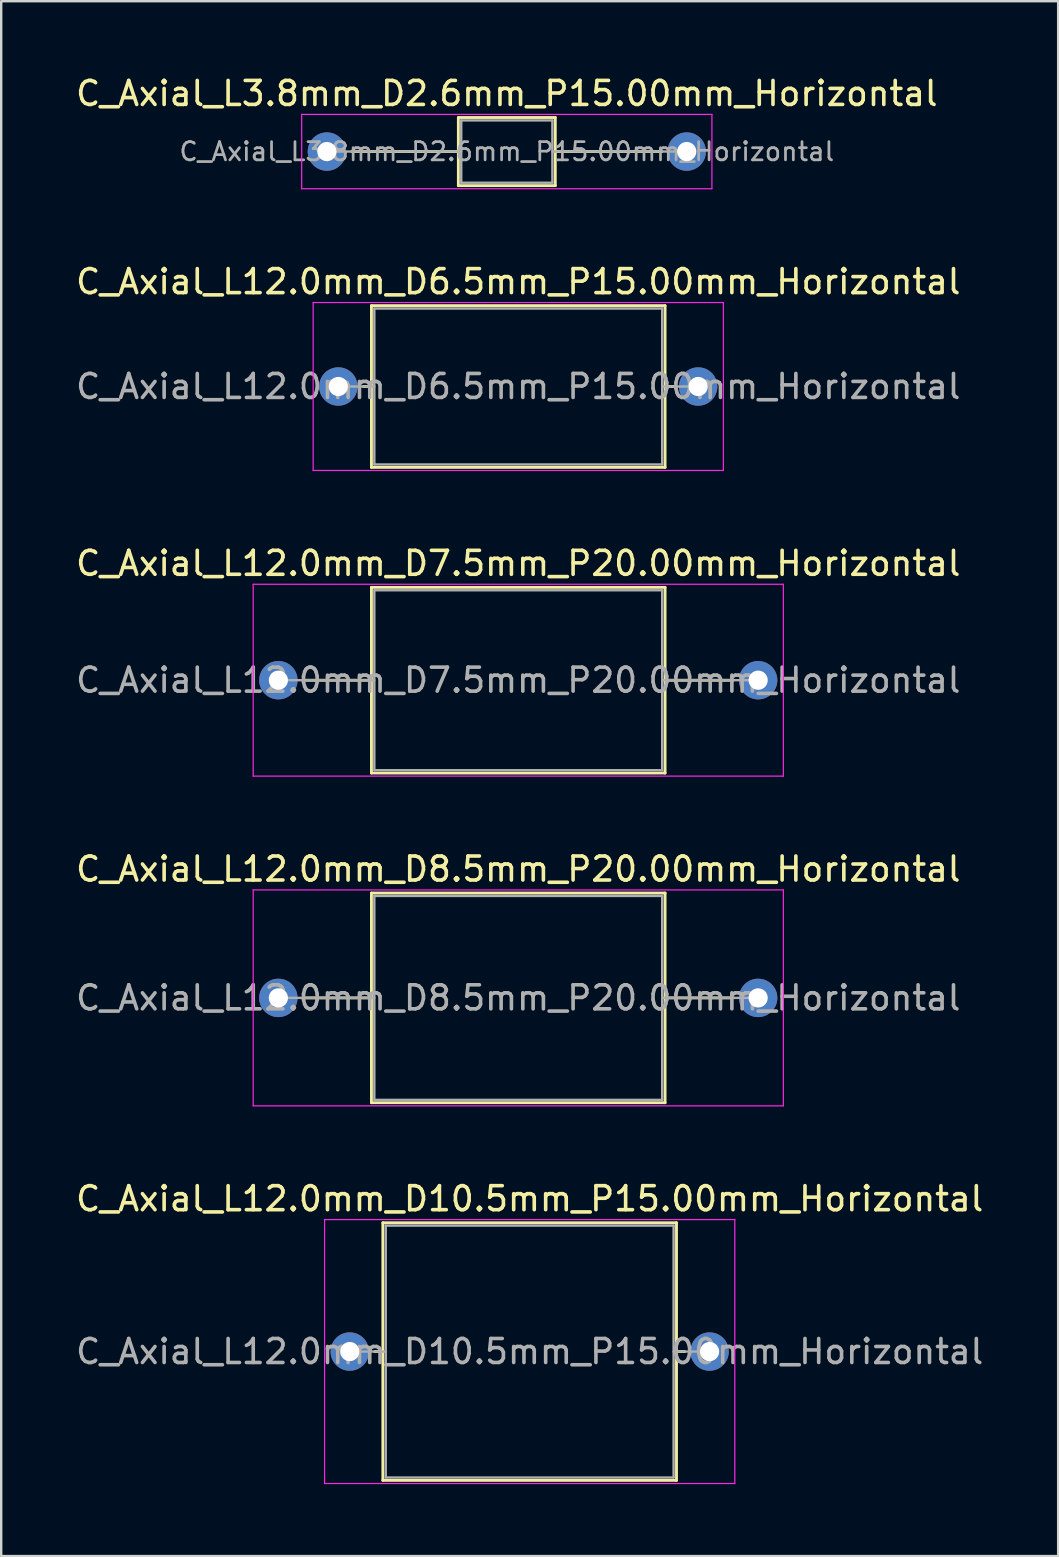
<source format=kicad_pcb>
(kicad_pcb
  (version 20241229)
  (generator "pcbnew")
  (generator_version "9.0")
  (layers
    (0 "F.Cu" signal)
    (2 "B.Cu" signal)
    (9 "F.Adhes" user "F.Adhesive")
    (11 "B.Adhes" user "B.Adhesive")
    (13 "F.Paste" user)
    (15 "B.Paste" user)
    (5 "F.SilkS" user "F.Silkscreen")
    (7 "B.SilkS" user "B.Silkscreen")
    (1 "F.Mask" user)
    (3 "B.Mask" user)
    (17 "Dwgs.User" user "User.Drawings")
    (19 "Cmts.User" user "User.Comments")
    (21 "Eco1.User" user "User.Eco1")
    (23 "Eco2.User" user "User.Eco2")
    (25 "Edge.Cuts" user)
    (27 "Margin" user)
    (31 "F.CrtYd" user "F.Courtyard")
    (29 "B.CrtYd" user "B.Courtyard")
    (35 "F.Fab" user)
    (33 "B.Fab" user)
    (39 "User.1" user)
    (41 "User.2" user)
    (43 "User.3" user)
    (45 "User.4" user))
  (footprint "C_Axial_L12.0mm_D7.5mm_P20.00mm_Horizontal"
    (layer "F.Cu")
    (at 8.554 25.305)
    (property "Reference" "C_Axial_L12.0mm_D7.5mm_P20.00mm_Horizontal" (at 10 -4.87 0) (layer "F.SilkS") (effects (font (size 1 1) (thickness 0.15))))
    (attr through_hole)
    (fp_line (start 1.04 0) (end 3.88 0) (stroke (width 0.12) (type solid)) (layer "F.SilkS"))
    (fp_line (start 3.88 -3.87) (end 3.88 3.87) (stroke (width 0.12) (type solid)) (layer "F.SilkS"))
    (fp_line (start 3.88 3.87) (end 16.12 3.87) (stroke (width 0.12) (type solid)) (layer "F.SilkS"))
    (fp_line (start 16.12 -3.87) (end 3.88 -3.87) (stroke (width 0.12) (type solid)) (layer "F.SilkS"))
    (fp_line (start 16.12 3.87) (end 16.12 -3.87) (stroke (width 0.12) (type solid)) (layer "F.SilkS"))
    (fp_line (start 18.96 0) (end 16.12 0) (stroke (width 0.12) (type solid)) (layer "F.SilkS"))
    (fp_line (start -1.05 -4) (end -1.05 4) (stroke (width 0.05) (type solid)) (layer "F.CrtYd"))
    (fp_line (start -1.05 4) (end 21.05 4) (stroke (width 0.05) (type solid)) (layer "F.CrtYd"))
    (fp_line (start 21.05 -4) (end -1.05 -4) (stroke (width 0.05) (type solid)) (layer "F.CrtYd"))
    (fp_line (start 21.05 4) (end 21.05 -4) (stroke (width 0.05) (type solid)) (layer "F.CrtYd"))
    (fp_line (start 0 0) (end 4 0) (stroke (width 0.1) (type solid)) (layer "F.Fab"))
    (fp_line (start 4 -3.75) (end 4 3.75) (stroke (width 0.1) (type solid)) (layer "F.Fab"))
    (fp_line (start 4 3.75) (end 16 3.75) (stroke (width 0.1) (type solid)) (layer "F.Fab"))
    (fp_line (start 16 -3.75) (end 4 -3.75) (stroke (width 0.1) (type solid)) (layer "F.Fab"))
    (fp_line (start 16 3.75) (end 16 -3.75) (stroke (width 0.1) (type solid)) (layer "F.Fab"))
    (fp_line (start 20 0) (end 16 0) (stroke (width 0.1) (type solid)) (layer "F.Fab"))
    (fp_text user "${REFERENCE}" (at 10 0 0) (layer "F.Fab") (effects (font (size 1 1) (thickness 0.15))))
    (pad "1" thru_hole circle (at 0 0) (size 1.6 1.6) (drill 0.8) (layers "*.Cu" "*.Mask"))
    (pad "2" thru_hole oval (at 20 0) (size 1.6 1.6) (drill 0.8) (layers "*.Cu" "*.Mask")))
  (footprint "C_Axial_L12.0mm_D10.5mm_P15.00mm_Horizontal"
    (layer "F.Cu")
    (at 11.53 53.291)
    (property "Reference" "C_Axial_L12.0mm_D10.5mm_P15.00mm_Horizontal" (at 7.5 -6.37 0) (layer "F.SilkS") (effects (font (size 1 1) (thickness 0.15))))
    (attr through_hole)
    (fp_line (start 1.04 0) (end 1.38 0) (stroke (width 0.12) (type solid)) (layer "F.SilkS"))
    (fp_line (start 1.38 -5.37) (end 1.38 5.37) (stroke (width 0.12) (type solid)) (layer "F.SilkS"))
    (fp_line (start 1.38 5.37) (end 13.62 5.37) (stroke (width 0.12) (type solid)) (layer "F.SilkS"))
    (fp_line (start 13.62 -5.37) (end 1.38 -5.37) (stroke (width 0.12) (type solid)) (layer "F.SilkS"))
    (fp_line (start 13.62 5.37) (end 13.62 -5.37) (stroke (width 0.12) (type solid)) (layer "F.SilkS"))
    (fp_line (start 13.96 0) (end 13.62 0) (stroke (width 0.12) (type solid)) (layer "F.SilkS"))
    (fp_line (start -1.05 -5.5) (end -1.05 5.5) (stroke (width 0.05) (type solid)) (layer "F.CrtYd"))
    (fp_line (start -1.05 5.5) (end 16.05 5.5) (stroke (width 0.05) (type solid)) (layer "F.CrtYd"))
    (fp_line (start 16.05 -5.5) (end -1.05 -5.5) (stroke (width 0.05) (type solid)) (layer "F.CrtYd"))
    (fp_line (start 16.05 5.5) (end 16.05 -5.5) (stroke (width 0.05) (type solid)) (layer "F.CrtYd"))
    (fp_line (start 0 0) (end 1.5 0) (stroke (width 0.1) (type solid)) (layer "F.Fab"))
    (fp_line (start 1.5 -5.25) (end 1.5 5.25) (stroke (width 0.1) (type solid)) (layer "F.Fab"))
    (fp_line (start 1.5 5.25) (end 13.5 5.25) (stroke (width 0.1) (type solid)) (layer "F.Fab"))
    (fp_line (start 13.5 -5.25) (end 1.5 -5.25) (stroke (width 0.1) (type solid)) (layer "F.Fab"))
    (fp_line (start 13.5 5.25) (end 13.5 -5.25) (stroke (width 0.1) (type solid)) (layer "F.Fab"))
    (fp_line (start 15 0) (end 13.5 0) (stroke (width 0.1) (type solid)) (layer "F.Fab"))
    (fp_text user "${REFERENCE}" (at 7.5 0 0) (layer "F.Fab") (effects (font (size 1 1) (thickness 0.15))))
    (pad "1" thru_hole circle (at 0 0) (size 1.6 1.6) (drill 0.8) (layers "*.Cu" "*.Mask"))
    (pad "2" thru_hole oval (at 15 0) (size 1.6 1.6) (drill 0.8) (layers "*.Cu" "*.Mask")))
  (footprint "C_Axial_L12.0mm_D6.5mm_P15.00mm_Horizontal"
    (layer "F.Cu")
    (at 11.054 13.062)
    (property "Reference" "C_Axial_L12.0mm_D6.5mm_P15.00mm_Horizontal" (at 7.5 -4.37 0) (layer "F.SilkS") (effects (font (size 1 1) (thickness 0.15))))
    (attr through_hole)
    (fp_line (start 1.04 0) (end 1.38 0) (stroke (width 0.12) (type solid)) (layer "F.SilkS"))
    (fp_line (start 1.38 -3.37) (end 1.38 3.37) (stroke (width 0.12) (type solid)) (layer "F.SilkS"))
    (fp_line (start 1.38 3.37) (end 13.62 3.37) (stroke (width 0.12) (type solid)) (layer "F.SilkS"))
    (fp_line (start 13.62 -3.37) (end 1.38 -3.37) (stroke (width 0.12) (type solid)) (layer "F.SilkS"))
    (fp_line (start 13.62 3.37) (end 13.62 -3.37) (stroke (width 0.12) (type solid)) (layer "F.SilkS"))
    (fp_line (start 13.96 0) (end 13.62 0) (stroke (width 0.12) (type solid)) (layer "F.SilkS"))
    (fp_line (start -1.05 -3.5) (end -1.05 3.5) (stroke (width 0.05) (type solid)) (layer "F.CrtYd"))
    (fp_line (start -1.05 3.5) (end 16.05 3.5) (stroke (width 0.05) (type solid)) (layer "F.CrtYd"))
    (fp_line (start 16.05 -3.5) (end -1.05 -3.5) (stroke (width 0.05) (type solid)) (layer "F.CrtYd"))
    (fp_line (start 16.05 3.5) (end 16.05 -3.5) (stroke (width 0.05) (type solid)) (layer "F.CrtYd"))
    (fp_line (start 0 0) (end 1.5 0) (stroke (width 0.1) (type solid)) (layer "F.Fab"))
    (fp_line (start 1.5 -3.25) (end 1.5 3.25) (stroke (width 0.1) (type solid)) (layer "F.Fab"))
    (fp_line (start 1.5 3.25) (end 13.5 3.25) (stroke (width 0.1) (type solid)) (layer "F.Fab"))
    (fp_line (start 13.5 -3.25) (end 1.5 -3.25) (stroke (width 0.1) (type solid)) (layer "F.Fab"))
    (fp_line (start 13.5 3.25) (end 13.5 -3.25) (stroke (width 0.1) (type solid)) (layer "F.Fab"))
    (fp_line (start 15 0) (end 13.5 0) (stroke (width 0.1) (type solid)) (layer "F.Fab"))
    (fp_text user "${REFERENCE}" (at 7.5 0 0) (layer "F.Fab") (effects (font (size 1 1) (thickness 0.15))))
    (pad "1" thru_hole circle (at 0 0) (size 1.6 1.6) (drill 0.8) (layers "*.Cu" "*.Mask"))
    (pad "2" thru_hole oval (at 15 0) (size 1.6 1.6) (drill 0.8) (layers "*.Cu" "*.Mask")))
  (footprint "C_Axial_L3.8mm_D2.6mm_P15.00mm_Horizontal"
    (layer "F.Cu")
    (at 10.577 3.268)
    (property "Reference" "C_Axial_L3.8mm_D2.6mm_P15.00mm_Horizontal" (at 7.5 -2.42 0) (layer "F.SilkS") (effects (font (size 1 1) (thickness 0.15))))
    (attr through_hole)
    (fp_line (start 1.04 0) (end 5.48 0) (stroke (width 0.12) (type solid)) (layer "F.SilkS"))
    (fp_line (start 5.48 -1.42) (end 5.48 1.42) (stroke (width 0.12) (type solid)) (layer "F.SilkS"))
    (fp_line (start 5.48 1.42) (end 9.52 1.42) (stroke (width 0.12) (type solid)) (layer "F.SilkS"))
    (fp_line (start 9.52 -1.42) (end 5.48 -1.42) (stroke (width 0.12) (type solid)) (layer "F.SilkS"))
    (fp_line (start 9.52 1.42) (end 9.52 -1.42) (stroke (width 0.12) (type solid)) (layer "F.SilkS"))
    (fp_line (start 13.96 0) (end 9.52 0) (stroke (width 0.12) (type solid)) (layer "F.SilkS"))
    (fp_line (start -1.05 -1.55) (end -1.05 1.55) (stroke (width 0.05) (type solid)) (layer "F.CrtYd"))
    (fp_line (start -1.05 1.55) (end 16.05 1.55) (stroke (width 0.05) (type solid)) (layer "F.CrtYd"))
    (fp_line (start 16.05 -1.55) (end -1.05 -1.55) (stroke (width 0.05) (type solid)) (layer "F.CrtYd"))
    (fp_line (start 16.05 1.55) (end 16.05 -1.55) (stroke (width 0.05) (type solid)) (layer "F.CrtYd"))
    (fp_line (start 0 0) (end 5.6 0) (stroke (width 0.1) (type solid)) (layer "F.Fab"))
    (fp_line (start 5.6 -1.3) (end 5.6 1.3) (stroke (width 0.1) (type solid)) (layer "F.Fab"))
    (fp_line (start 5.6 1.3) (end 9.4 1.3) (stroke (width 0.1) (type solid)) (layer "F.Fab"))
    (fp_line (start 9.4 -1.3) (end 5.6 -1.3) (stroke (width 0.1) (type solid)) (layer "F.Fab"))
    (fp_line (start 9.4 1.3) (end 9.4 -1.3) (stroke (width 0.1) (type solid)) (layer "F.Fab"))
    (fp_line (start 15 0) (end 9.4 0) (stroke (width 0.1) (type solid)) (layer "F.Fab"))
    (fp_text user "${REFERENCE}" (at 7.5 0 0) (layer "F.Fab") (effects (font (size 0.76 0.76) (thickness 0.114))))
    (pad "1" thru_hole circle (at 0 0) (size 1.6 1.6) (drill 0.8) (layers "*.Cu" "*.Mask"))
    (pad "2" thru_hole oval (at 15 0) (size 1.6 1.6) (drill 0.8) (layers "*.Cu" "*.Mask")))
  (footprint "C_Axial_L12.0mm_D8.5mm_P20.00mm_Horizontal"
    (layer "F.Cu")
    (at 8.554 38.548)
    (property "Reference" "C_Axial_L12.0mm_D8.5mm_P20.00mm_Horizontal" (at 10 -5.37 0) (layer "F.SilkS") (effects (font (size 1 1) (thickness 0.15))))
    (attr through_hole)
    (fp_line (start 1.04 0) (end 3.88 0) (stroke (width 0.12) (type solid)) (layer "F.SilkS"))
    (fp_line (start 3.88 -4.37) (end 3.88 4.37) (stroke (width 0.12) (type solid)) (layer "F.SilkS"))
    (fp_line (start 3.88 4.37) (end 16.12 4.37) (stroke (width 0.12) (type solid)) (layer "F.SilkS"))
    (fp_line (start 16.12 -4.37) (end 3.88 -4.37) (stroke (width 0.12) (type solid)) (layer "F.SilkS"))
    (fp_line (start 16.12 4.37) (end 16.12 -4.37) (stroke (width 0.12) (type solid)) (layer "F.SilkS"))
    (fp_line (start 18.96 0) (end 16.12 0) (stroke (width 0.12) (type solid)) (layer "F.SilkS"))
    (fp_line (start -1.05 -4.5) (end -1.05 4.5) (stroke (width 0.05) (type solid)) (layer "F.CrtYd"))
    (fp_line (start -1.05 4.5) (end 21.05 4.5) (stroke (width 0.05) (type solid)) (layer "F.CrtYd"))
    (fp_line (start 21.05 -4.5) (end -1.05 -4.5) (stroke (width 0.05) (type solid)) (layer "F.CrtYd"))
    (fp_line (start 21.05 4.5) (end 21.05 -4.5) (stroke (width 0.05) (type solid)) (layer "F.CrtYd"))
    (fp_line (start 0 0) (end 4 0) (stroke (width 0.1) (type solid)) (layer "F.Fab"))
    (fp_line (start 4 -4.25) (end 4 4.25) (stroke (width 0.1) (type solid)) (layer "F.Fab"))
    (fp_line (start 4 4.25) (end 16 4.25) (stroke (width 0.1) (type solid)) (layer "F.Fab"))
    (fp_line (start 16 -4.25) (end 4 -4.25) (stroke (width 0.1) (type solid)) (layer "F.Fab"))
    (fp_line (start 16 4.25) (end 16 -4.25) (stroke (width 0.1) (type solid)) (layer "F.Fab"))
    (fp_line (start 20 0) (end 16 0) (stroke (width 0.1) (type solid)) (layer "F.Fab"))
    (fp_text user "${REFERENCE}" (at 10 0 0) (layer "F.Fab") (effects (font (size 1 1) (thickness 0.15))))
    (pad "1" thru_hole circle (at 0 0) (size 1.6 1.6) (drill 0.8) (layers "*.Cu" "*.Mask"))
    (pad "2" thru_hole oval (at 20 0) (size 1.6 1.6) (drill 0.8) (layers "*.Cu" "*.Mask")))
  (gr_rect
    (start -3 -3)
    (end 41.06 61.816)
    (stroke (width 0.1) (type default))
    (fill no)
    (layer "Edge.Cuts")))
</source>
